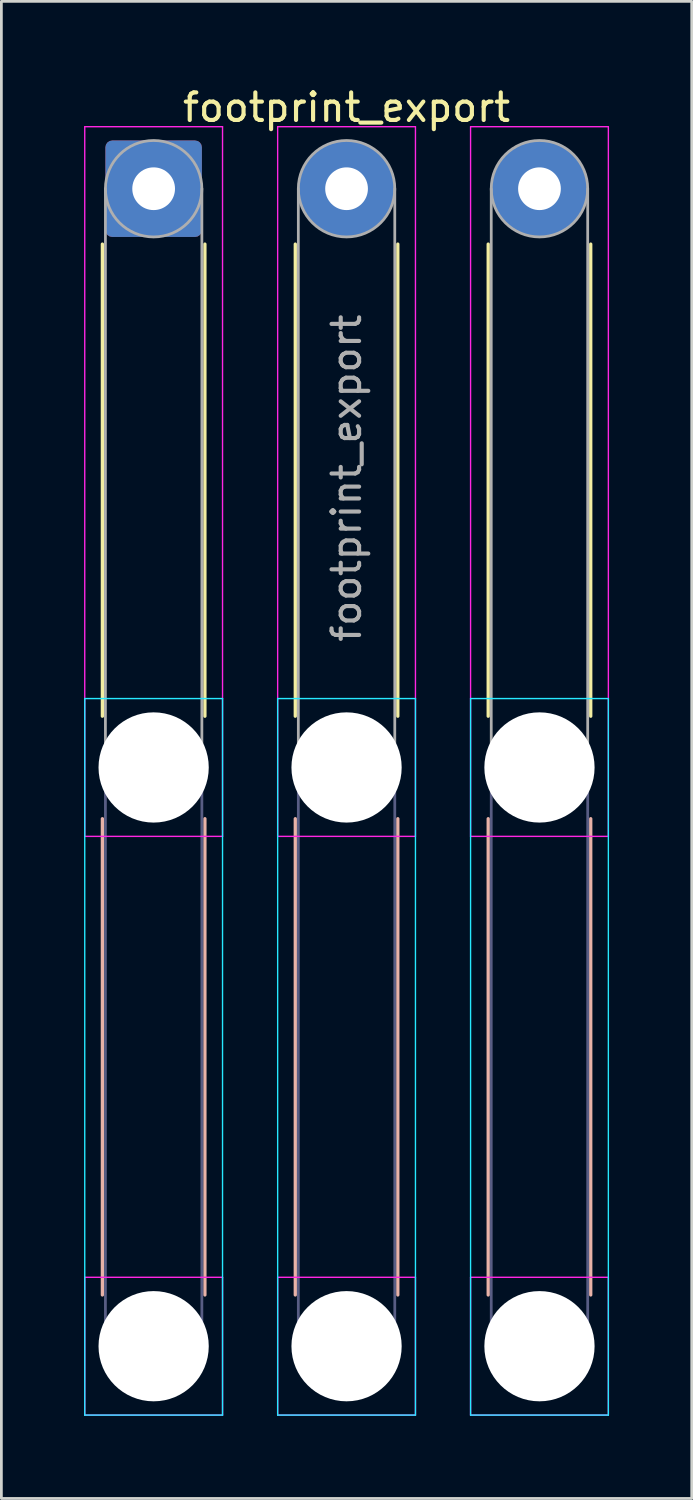
<source format=kicad_pcb>
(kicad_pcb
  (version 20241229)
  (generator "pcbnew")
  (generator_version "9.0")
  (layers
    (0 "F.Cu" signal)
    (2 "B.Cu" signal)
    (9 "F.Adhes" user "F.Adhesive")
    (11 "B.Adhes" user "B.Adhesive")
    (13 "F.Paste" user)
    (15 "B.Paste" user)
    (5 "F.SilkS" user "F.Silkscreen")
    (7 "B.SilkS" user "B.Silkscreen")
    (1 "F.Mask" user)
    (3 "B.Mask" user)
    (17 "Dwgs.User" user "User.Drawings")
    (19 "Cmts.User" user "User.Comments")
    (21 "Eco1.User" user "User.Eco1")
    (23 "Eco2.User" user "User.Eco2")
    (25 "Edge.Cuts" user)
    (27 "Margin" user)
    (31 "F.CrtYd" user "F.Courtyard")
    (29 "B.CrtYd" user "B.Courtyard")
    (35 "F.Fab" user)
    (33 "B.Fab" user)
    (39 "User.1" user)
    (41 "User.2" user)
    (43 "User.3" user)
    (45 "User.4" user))
  (footprint "footprint_export"
    (layer "F.Cu")
    (at 2.525 3.798)
    (property "Reference" "footprint_export" (at 7 -2.95 0) (layer "F.SilkS") (effects (font (size 1 1) (thickness 0.15))))
    (attr exclude_from_pos_files exclude_from_bom)
    (fp_line (start -1.86 2.01) (end -1.86 19.14) (stroke (width 0.12) (type solid)) (layer "F.SilkS"))
    (fp_line (start 1.86 2.01) (end 1.86 19.14) (stroke (width 0.12) (type solid)) (layer "F.SilkS"))
    (fp_line (start 5.14 2.01) (end 5.14 19.14) (stroke (width 0.12) (type solid)) (layer "F.SilkS"))
    (fp_line (start 8.86 2.01) (end 8.86 19.14) (stroke (width 0.12) (type solid)) (layer "F.SilkS"))
    (fp_line (start 12.14 2.01) (end 12.14 19.14) (stroke (width 0.12) (type solid)) (layer "F.SilkS"))
    (fp_line (start 15.86 2.01) (end 15.86 19.14) (stroke (width 0.12) (type solid)) (layer "F.SilkS"))
    (fp_line (start -1.86 22.86) (end -1.86 40.14) (stroke (width 0.12) (type solid)) (layer "B.SilkS"))
    (fp_line (start 1.86 22.86) (end 1.86 40.14) (stroke (width 0.12) (type solid)) (layer "B.SilkS"))
    (fp_line (start 5.14 22.86) (end 5.14 40.14) (stroke (width 0.12) (type solid)) (layer "B.SilkS"))
    (fp_line (start 8.86 22.86) (end 8.86 40.14) (stroke (width 0.12) (type solid)) (layer "B.SilkS"))
    (fp_line (start 12.14 22.86) (end 12.14 40.14) (stroke (width 0.12) (type solid)) (layer "B.SilkS"))
    (fp_line (start 15.86 22.86) (end 15.86 40.14) (stroke (width 0.12) (type solid)) (layer "B.SilkS"))
    (fp_line (start -2.5 18.5) (end -2.5 44.5) (stroke (width 0.05) (type solid)) (layer "B.CrtYd"))
    (fp_line (start -2.5 44.5) (end 2.5 44.5) (stroke (width 0.05) (type solid)) (layer "B.CrtYd"))
    (fp_line (start 2.5 18.5) (end -2.5 18.5) (stroke (width 0.05) (type solid)) (layer "B.CrtYd"))
    (fp_line (start 2.5 44.5) (end 2.5 18.5) (stroke (width 0.05) (type solid)) (layer "B.CrtYd"))
    (fp_line (start 4.5 18.5) (end 4.5 44.5) (stroke (width 0.05) (type solid)) (layer "B.CrtYd"))
    (fp_line (start 4.5 44.5) (end 9.5 44.5) (stroke (width 0.05) (type solid)) (layer "B.CrtYd"))
    (fp_line (start 9.5 18.5) (end 4.5 18.5) (stroke (width 0.05) (type solid)) (layer "B.CrtYd"))
    (fp_line (start 9.5 44.5) (end 9.5 18.5) (stroke (width 0.05) (type solid)) (layer "B.CrtYd"))
    (fp_line (start 11.5 18.5) (end 11.5 44.5) (stroke (width 0.05) (type solid)) (layer "B.CrtYd"))
    (fp_line (start 11.5 44.5) (end 16.5 44.5) (stroke (width 0.05) (type solid)) (layer "B.CrtYd"))
    (fp_line (start 16.5 18.5) (end 11.5 18.5) (stroke (width 0.05) (type solid)) (layer "B.CrtYd"))
    (fp_line (start 16.5 44.5) (end 16.5 18.5) (stroke (width 0.05) (type solid)) (layer "B.CrtYd"))
    (fp_line (start -2.5 -2.25) (end -2.5 23.5) (stroke (width 0.05) (type solid)) (layer "F.CrtYd"))
    (fp_line (start -2.5 23.5) (end 2.5 23.5) (stroke (width 0.05) (type solid)) (layer "F.CrtYd"))
    (fp_line (start -2.5 39.5) (end -2.5 44.5) (stroke (width 0.05) (type solid)) (layer "F.CrtYd"))
    (fp_line (start -2.5 44.5) (end 2.5 44.5) (stroke (width 0.05) (type solid)) (layer "F.CrtYd"))
    (fp_line (start 2.5 -2.25) (end -2.5 -2.25) (stroke (width 0.05) (type solid)) (layer "F.CrtYd"))
    (fp_line (start 2.5 23.5) (end 2.5 -2.25) (stroke (width 0.05) (type solid)) (layer "F.CrtYd"))
    (fp_line (start 2.5 39.5) (end -2.5 39.5) (stroke (width 0.05) (type solid)) (layer "F.CrtYd"))
    (fp_line (start 2.5 44.5) (end 2.5 39.5) (stroke (width 0.05) (type solid)) (layer "F.CrtYd"))
    (fp_line (start 4.5 -2.25) (end 4.5 23.5) (stroke (width 0.05) (type solid)) (layer "F.CrtYd"))
    (fp_line (start 4.5 23.5) (end 9.5 23.5) (stroke (width 0.05) (type solid)) (layer "F.CrtYd"))
    (fp_line (start 4.5 39.5) (end 4.5 44.5) (stroke (width 0.05) (type solid)) (layer "F.CrtYd"))
    (fp_line (start 4.5 44.5) (end 9.5 44.5) (stroke (width 0.05) (type solid)) (layer "F.CrtYd"))
    (fp_line (start 9.5 -2.25) (end 4.5 -2.25) (stroke (width 0.05) (type solid)) (layer "F.CrtYd"))
    (fp_line (start 9.5 23.5) (end 9.5 -2.25) (stroke (width 0.05) (type solid)) (layer "F.CrtYd"))
    (fp_line (start 9.5 39.5) (end 4.5 39.5) (stroke (width 0.05) (type solid)) (layer "F.CrtYd"))
    (fp_line (start 9.5 44.5) (end 9.5 39.5) (stroke (width 0.05) (type solid)) (layer "F.CrtYd"))
    (fp_line (start 11.5 -2.25) (end 11.5 23.5) (stroke (width 0.05) (type solid)) (layer "F.CrtYd"))
    (fp_line (start 11.5 23.5) (end 16.5 23.5) (stroke (width 0.05) (type solid)) (layer "F.CrtYd"))
    (fp_line (start 11.5 39.5) (end 11.5 44.5) (stroke (width 0.05) (type solid)) (layer "F.CrtYd"))
    (fp_line (start 11.5 44.5) (end 16.5 44.5) (stroke (width 0.05) (type solid)) (layer "F.CrtYd"))
    (fp_line (start 16.5 -2.25) (end 11.5 -2.25) (stroke (width 0.05) (type solid)) (layer "F.CrtYd"))
    (fp_line (start 16.5 23.5) (end 16.5 -2.25) (stroke (width 0.05) (type solid)) (layer "F.CrtYd"))
    (fp_line (start 16.5 39.5) (end 11.5 39.5) (stroke (width 0.05) (type solid)) (layer "F.CrtYd"))
    (fp_line (start 16.5 44.5) (end 16.5 39.5) (stroke (width 0.05) (type solid)) (layer "F.CrtYd"))
    (fp_line (start -1.75 21) (end -1.75 42) (stroke (width 0.1) (type solid)) (layer "B.Fab"))
    (fp_line (start 1.75 21) (end 1.75 42) (stroke (width 0.1) (type solid)) (layer "B.Fab"))
    (fp_line (start 5.25 21) (end 5.25 42) (stroke (width 0.1) (type solid)) (layer "B.Fab"))
    (fp_line (start 8.75 21) (end 8.75 42) (stroke (width 0.1) (type solid)) (layer "B.Fab"))
    (fp_line (start 12.25 21) (end 12.25 42) (stroke (width 0.1) (type solid)) (layer "B.Fab"))
    (fp_line (start 15.75 21) (end 15.75 42) (stroke (width 0.1) (type solid)) (layer "B.Fab"))
    (fp_circle (center 0 21) (end 1.75 21) (stroke (width 0.1) (type solid)) (fill no) (layer "B.Fab"))
    (fp_circle (center 0 42) (end 1.75 42) (stroke (width 0.1) (type solid)) (fill no) (layer "B.Fab"))
    (fp_circle (center 7 21) (end 8.75 21) (stroke (width 0.1) (type solid)) (fill no) (layer "B.Fab"))
    (fp_circle (center 7 42) (end 8.75 42) (stroke (width 0.1) (type solid)) (fill no) (layer "B.Fab"))
    (fp_circle (center 14 21) (end 15.75 21) (stroke (width 0.1) (type solid)) (fill no) (layer "B.Fab"))
    (fp_circle (center 14 42) (end 15.75 42) (stroke (width 0.1) (type solid)) (fill no) (layer "B.Fab"))
    (fp_line (start -1.75 0) (end -1.75 21) (stroke (width 0.1) (type solid)) (layer "F.Fab"))
    (fp_line (start 1.75 0) (end 1.75 21) (stroke (width 0.1) (type solid)) (layer "F.Fab"))
    (fp_line (start 5.25 0) (end 5.25 21) (stroke (width 0.1) (type solid)) (layer "F.Fab"))
    (fp_line (start 8.75 0) (end 8.75 21) (stroke (width 0.1) (type solid)) (layer "F.Fab"))
    (fp_line (start 12.25 0) (end 12.25 21) (stroke (width 0.1) (type solid)) (layer "F.Fab"))
    (fp_line (start 15.75 0) (end 15.75 21) (stroke (width 0.1) (type solid)) (layer "F.Fab"))
    (fp_circle (center 0 0) (end 1.75 0) (stroke (width 0.1) (type solid)) (fill no) (layer "F.Fab"))
    (fp_circle (center 0 21) (end 1.75 21) (stroke (width 0.1) (type solid)) (fill no) (layer "F.Fab"))
    (fp_circle (center 0 42) (end 1.75 42) (stroke (width 0.1) (type solid)) (fill no) (layer "F.Fab"))
    (fp_circle (center 7 0) (end 8.75 0) (stroke (width 0.1) (type solid)) (fill no) (layer "F.Fab"))
    (fp_circle (center 7 21) (end 8.75 21) (stroke (width 0.1) (type solid)) (fill no) (layer "F.Fab"))
    (fp_circle (center 7 42) (end 8.75 42) (stroke (width 0.1) (type solid)) (fill no) (layer "F.Fab"))
    (fp_circle (center 14 0) (end 15.75 0) (stroke (width 0.1) (type solid)) (fill no) (layer "F.Fab"))
    (fp_circle (center 14 21) (end 15.75 21) (stroke (width 0.1) (type solid)) (fill no) (layer "F.Fab"))
    (fp_circle (center 14 42) (end 15.75 42) (stroke (width 0.1) (type solid)) (fill no) (layer "F.Fab"))
    (fp_text user "${REFERENCE}" (at 7 10.5 90) (layer "F.Fab") (effects (font (size 1 1) (thickness 0.15))))
    (pad "" np_thru_hole circle (at 0 21) (size 4 4) (drill 4) (layers "*.Cu" "*.Mask"))
    (pad "" np_thru_hole circle (at 0 42) (size 4 4) (drill 4) (layers "*.Cu" "*.Mask"))
    (pad "" np_thru_hole circle (at 7 21) (size 4 4) (drill 4) (layers "*.Cu" "*.Mask"))
    (pad "" np_thru_hole circle (at 7 42) (size 4 4) (drill 4) (layers "*.Cu" "*.Mask"))
    (pad "" np_thru_hole circle (at 14 21) (size 4 4) (drill 4) (layers "*.Cu" "*.Mask"))
    (pad "" np_thru_hole circle (at 14 42) (size 4 4) (drill 4) (layers "*.Cu" "*.Mask"))
    (pad "1" thru_hole roundrect (at 0 0) (size 3.5 3.5) (drill 1.55) (layers "*.Cu" "*.Mask") (roundrect_rratio 0.071))
    (pad "2" thru_hole circle (at 7 0) (size 3.5 3.5) (drill 1.55) (layers "*.Cu" "*.Mask"))
    (pad "3" thru_hole circle (at 14 0) (size 3.5 3.5) (drill 1.55) (layers "*.Cu" "*.Mask")))
  (gr_rect
    (start -3 -3)
    (end 22.05 51.323)
    (stroke (width 0.1) (type default))
    (fill no)
    (layer "Edge.Cuts")))
</source>
